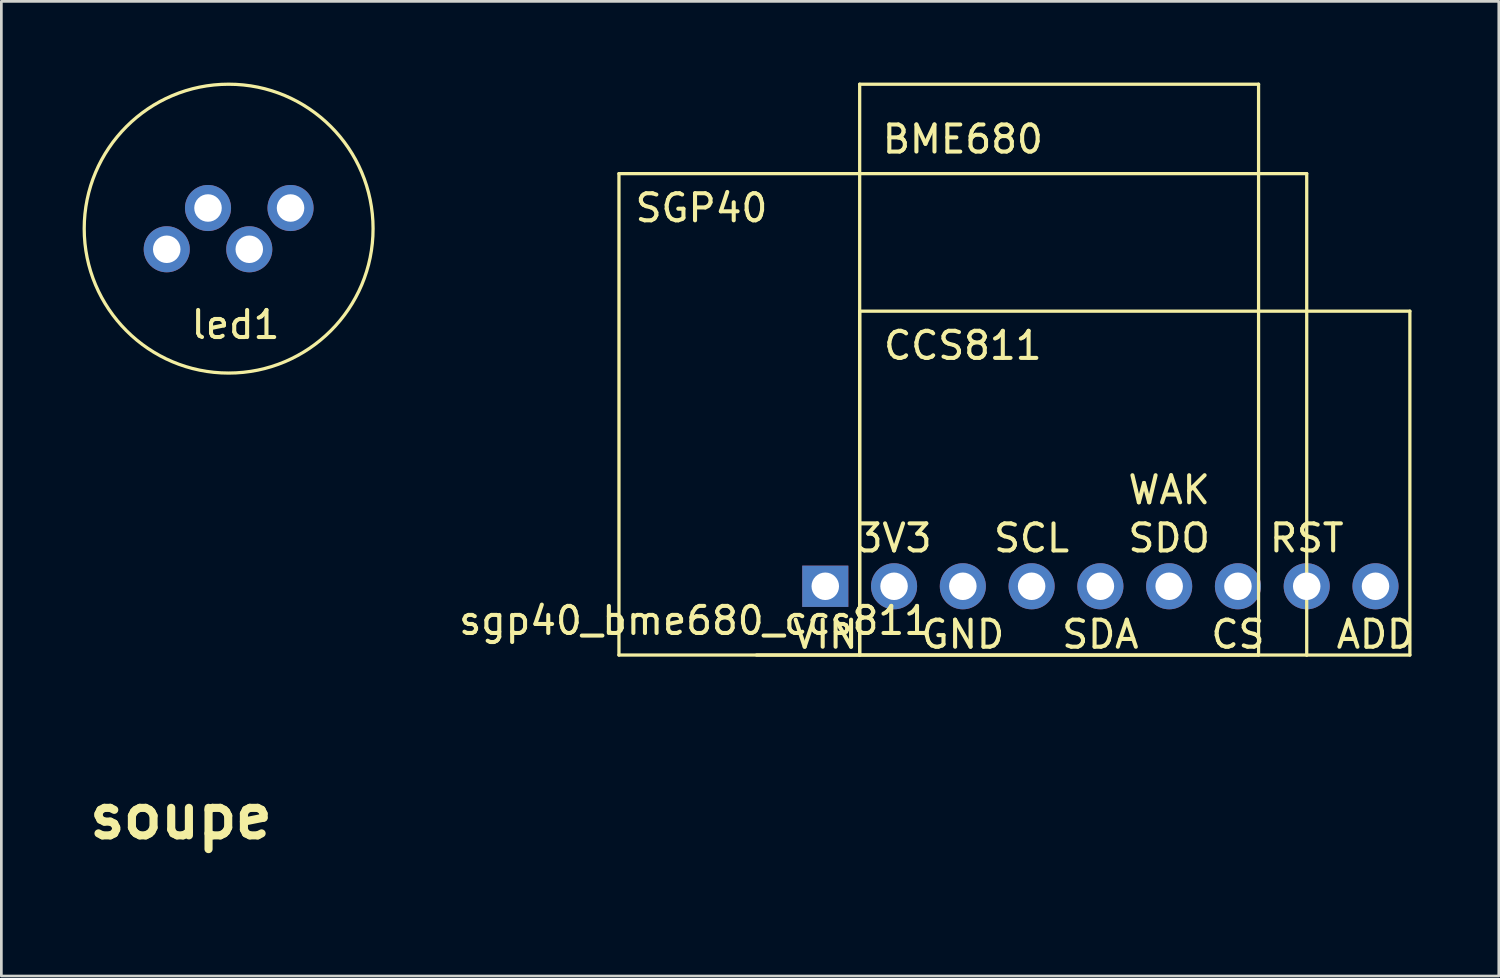
<source format=kicad_pcb>
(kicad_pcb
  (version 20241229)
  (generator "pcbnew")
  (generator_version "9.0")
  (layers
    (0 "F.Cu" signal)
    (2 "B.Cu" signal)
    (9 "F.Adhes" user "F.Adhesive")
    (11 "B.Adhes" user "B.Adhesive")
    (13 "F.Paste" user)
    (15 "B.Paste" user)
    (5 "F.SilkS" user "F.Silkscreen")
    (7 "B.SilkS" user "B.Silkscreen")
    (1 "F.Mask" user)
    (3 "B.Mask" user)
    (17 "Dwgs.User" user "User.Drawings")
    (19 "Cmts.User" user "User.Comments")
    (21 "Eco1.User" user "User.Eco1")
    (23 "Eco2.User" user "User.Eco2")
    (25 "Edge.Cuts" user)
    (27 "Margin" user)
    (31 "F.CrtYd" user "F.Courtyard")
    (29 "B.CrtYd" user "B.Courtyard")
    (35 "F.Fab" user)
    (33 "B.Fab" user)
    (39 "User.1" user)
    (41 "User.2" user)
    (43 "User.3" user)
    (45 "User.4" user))
  (footprint "led1"
    (layer "F.Cu")
    (at 5.394 5.394)
    (property "Reference" "led1" (at 0.254 3.548 0) (layer "F.SilkS") (effects (font (size 1 1) (thickness 0.15))))
    (attr through_hole)
    (fp_circle (center 0 0) (end 5.334 0) (stroke (width 0.12) (type solid)) (fill no) (layer "F.SilkS"))
    (pad "1" thru_hole circle (at 0.762 0.762) (size 1.702 1.702) (drill 1.016) (layers "*.Cu" "*.Mask"))
    (pad "2" thru_hole circle (at 2.286 -0.762) (size 1.702 1.702) (drill 1.016) (layers "*.Cu" "*.Mask"))
    (pad "3" thru_hole circle (at -0.762 -0.762) (size 1.702 1.702) (drill 1.016) (layers "*.Cu" "*.Mask"))
    (pad "4" thru_hole circle (at -2.286 0.762) (size 1.702 1.702) (drill 1.016) (layers "*.Cu" "*.Mask")))
  (footprint "sgp40_bme680_ccs811"
    (layer "F.Cu")
    (at 37.589 18.602)
    (property "Reference" "sgp40_bme680_ccs811" (at -14.986 1.27 0) (layer "F.SilkS") (effects (font (size 1 1) (thickness 0.15))))
    (attr through_hole)
    (fp_line (start -17.78 2.54) (end -17.78 -15.24) (stroke (width 0.12) (type solid)) (layer "F.SilkS"))
    (fp_line (start -8.89 -18.542) (end 5.842 -18.542) (stroke (width 0.12) (type solid)) (layer "F.SilkS"))
    (fp_line (start -8.89 -10.16) (end 11.43 -10.16) (stroke (width 0.12) (type solid)) (layer "F.SilkS"))
    (fp_line (start -8.89 2.54) (end -8.89 -18.542) (stroke (width 0.12) (type solid)) (layer "F.SilkS"))
    (fp_line (start -8.89 2.54) (end -8.89 -10.16) (stroke (width 0.12) (type solid)) (layer "F.SilkS"))
    (fp_line (start 5.842 -18.542) (end 5.842 2.54) (stroke (width 0.12) (type solid)) (layer "F.SilkS"))
    (fp_line (start 5.842 2.54) (end -12.7 2.54) (stroke (width 0.12) (type solid)) (layer "F.SilkS"))
    (fp_line (start 7.62 -15.24) (end -17.78 -15.24) (stroke (width 0.12) (type solid)) (layer "F.SilkS"))
    (fp_line (start 7.62 -15.24) (end 7.62 2.54) (stroke (width 0.12) (type solid)) (layer "F.SilkS"))
    (fp_line (start 7.62 2.54) (end -17.78 2.54) (stroke (width 0.12) (type solid)) (layer "F.SilkS"))
    (fp_line (start 11.43 -10.16) (end 11.43 2.54) (stroke (width 0.12) (type solid)) (layer "F.SilkS"))
    (fp_line (start 11.43 2.54) (end 7.62 2.54) (stroke (width 0.12) (type solid)) (layer "F.SilkS"))
    (fp_text user "GND" (at -5.08 1.778 0) (layer "F.SilkS") (effects (font (size 1 1) (thickness 0.15))))
    (fp_text user "SCL" (at -2.54 -1.778 0) (layer "F.SilkS") (effects (font (size 1 1) (thickness 0.15))))
    (fp_text user "SDO" (at 2.54 -1.778 0) (layer "F.SilkS") (effects (font (size 1 1) (thickness 0.15))))
    (fp_text user "CCS811" (at -5.08 -8.89 0) (layer "F.SilkS") (effects (font (size 1 1) (thickness 0.15))))
    (fp_text user "3V3" (at -7.62 -1.778 0) (layer "F.SilkS") (effects (font (size 1 1) (thickness 0.15))))
    (fp_text user "VIN" (at -10.16 1.778 0) (layer "F.SilkS") (effects (font (size 1 1) (thickness 0.15))))
    (fp_text user "RST" (at 7.62 -1.778 0) (layer "F.SilkS") (effects (font (size 1 1) (thickness 0.15))))
    (fp_text user "SDA" (at 0 1.778 0) (layer "F.SilkS") (effects (font (size 1 1) (thickness 0.15))))
    (fp_text user "ADD" (at 10.16 1.778 0) (layer "F.SilkS") (effects (font (size 1 1) (thickness 0.15))))
    (fp_text user "CS" (at 5.08 1.778 0) (layer "F.SilkS") (effects (font (size 1 1) (thickness 0.15))))
    (fp_text user "WAK" (at 2.54 -3.556 0) (layer "F.SilkS") (effects (font (size 1 1) (thickness 0.15))))
    (fp_text user "SGP40" (at -14.732 -13.97 0) (layer "F.SilkS") (effects (font (size 1 1) (thickness 0.15))))
    (fp_text user "BME680" (at -5.08 -16.51 0) (layer "F.SilkS") (effects (font (size 1 1) (thickness 0.15))))
    (pad "1" thru_hole rect (at -10.16 0) (size 1.702 1.524) (drill 1.016) (layers "*.Cu" "*.Mask"))
    (pad "2" thru_hole circle (at -7.62 0) (size 1.702 1.702) (drill 1.016) (layers "*.Cu" "*.Mask"))
    (pad "3" thru_hole circle (at -5.08 0) (size 1.702 1.702) (drill 1.016) (layers "*.Cu" "*.Mask"))
    (pad "4" thru_hole circle (at -2.54 0) (size 1.702 1.702) (drill 1.016) (layers "*.Cu" "*.Mask"))
    (pad "5" thru_hole circle (at 0 0) (size 1.702 1.702) (drill 1.016) (layers "*.Cu" "*.Mask"))
    (pad "6" thru_hole circle (at 2.54 0) (size 1.702 1.702) (drill 1.016) (layers "*.Cu" "*.Mask"))
    (pad "7" thru_hole circle (at 5.08 0) (size 1.702 1.702) (drill 1.016) (layers "*.Cu" "*.Mask"))
    (pad "8" thru_hole circle (at 7.62 0) (size 1.702 1.702) (drill 1.016) (layers "*.Cu" "*.Mask"))
    (pad "9" thru_hole circle (at 10.16 0) (size 1.702 1.702) (drill 1.016) (layers "*.Cu" "*.Mask")))
  (footprint "soupe"
    (layer "F.Cu")
    (at 3.636 27.112)
    (property "Reference" "soupe" (at 0 0 0) (layer "F.SilkS") (effects (font (size 1.524 1.524) (thickness 0.3))))
    (attr through_hole)
    (fp_poly (pts (xy -0.36 -2.646) (xy 0.381 -2.646) (xy 0.381 -2.879) (xy 0.593 -2.879) (xy 0.593 -2.646) (xy 1.27 -2.646) (xy 1.27 -2.434) (xy 0.593 -2.434) (xy 0.593 -2.223) (xy 0.381 -2.223) (xy 0.381 -2.434) (xy -0.36 -2.434) (xy -0.36 -2.223) (xy -0.593 -2.223) (xy -0.593 -2.434) (xy -1.27 -2.434) (xy -1.27 -2.646) (xy -0.593 -2.646) (xy -0.593 -2.879) (xy -0.36 -2.879) (xy -0.36 -2.646)) (stroke (width 0.01) (type solid)) (fill yes) (layer "F.Mask"))
    (fp_poly (pts (xy -0.677 0.783) (xy -0.381 0.783) (xy -0.381 1.016) (xy -0.677 1.016) (xy -0.677 1.084) (xy -0.67 1.125) (xy -0.644 1.182) (xy -0.599 1.261) (xy -0.531 1.366) (xy -0.507 1.401) (xy -0.336 1.651) (xy -0.402 1.746) (xy -0.441 1.799) (xy -0.471 1.834) (xy -0.483 1.841) (xy -0.499 1.824) (xy -0.528 1.777) (xy -0.566 1.708) (xy -0.587 1.667) (xy -0.675 1.492) (xy -0.677 2.857) (xy -0.91 2.857) (xy -0.911 2.281) (xy -0.912 1.704) (xy -0.961 1.831) (xy -0.997 1.917) (xy -1.037 2.008) (xy -1.079 2.093) (xy -1.117 2.166) (xy -1.146 2.215) (xy -1.16 2.231) (xy -1.184 2.224) (xy -1.225 2.193) (xy -1.248 2.17) (xy -1.318 2.098) (xy -1.222 1.912) (xy -1.101 1.646) (xy -1.006 1.367) (xy -0.974 1.251) (xy -0.949 1.149) (xy -0.935 1.082) (xy -0.938 1.043) (xy -0.959 1.023) (xy -1.003 1.017) (xy -1.072 1.016) (xy -1.079 1.016) (xy -1.228 1.016) (xy -1.228 0.783) (xy -0.91 0.783) (xy -0.91 0.275) (xy -0.677 0.275) (xy -0.677 0.783)) (stroke (width 0.01) (type solid)) (fill yes) (layer "F.Mask"))
    (fp_poly (pts (xy 0.634 -1.353) (xy 0.665 -1.345) (xy 0.676 -1.323) (xy 0.677 -1.291) (xy 0.677 -1.228) (xy 1.234 -1.228) (xy 1.22 -0.926) (xy 1.21 -0.757) (xy 1.197 -0.625) (xy 1.179 -0.525) (xy 1.156 -0.452) (xy 1.126 -0.402) (xy 1.098 -0.375) (xy 1.009 -0.332) (xy 0.889 -0.31) (xy 0.745 -0.31) (xy 0.723 -0.312) (xy 0.647 -0.321) (xy 0.6 -0.337) (xy 0.573 -0.37) (xy 0.553 -0.429) (xy 0.543 -0.47) (xy 0.529 -0.527) (xy 0.738 -0.515) (xy 0.834 -0.509) (xy 0.896 -0.508) (xy 0.934 -0.512) (xy 0.956 -0.524) (xy 0.97 -0.544) (xy 0.975 -0.553) (xy 0.987 -0.595) (xy 0.999 -0.668) (xy 1.008 -0.759) (xy 1.012 -0.82) (xy 1.022 -1.037) (xy 0.642 -1.037) (xy 0.618 -0.932) (xy 0.557 -0.754) (xy 0.46 -0.592) (xy 0.335 -0.454) (xy 0.214 -0.363) (xy 0.112 -0.3) (xy 0.021 -0.379) (xy -0.069 -0.457) (xy 0.022 -0.498) (xy 0.137 -0.568) (xy 0.243 -0.667) (xy 0.332 -0.784) (xy 0.394 -0.907) (xy 0.412 -0.968) (xy 0.427 -1.037) (xy 0.085 -1.037) (xy 0.085 -1.228) (xy 0.466 -1.228) (xy 0.466 -1.291) (xy 0.468 -1.329) (xy 0.482 -1.348) (xy 0.519 -1.354) (xy 0.572 -1.355) (xy 0.634 -1.353)) (stroke (width 0.01) (type solid)) (fill yes) (layer "F.Mask"))
    (fp_poly (pts (xy -0.009 -2.191) (xy -0.023 -2.117) (xy 1.086 -2.117) (xy 1.073 -1.899) (xy 1.065 -1.799) (xy 1.054 -1.708) (xy 1.042 -1.638) (xy 1.035 -1.613) (xy 0.994 -1.545) (xy 0.922 -1.499) (xy 0.818 -1.473) (xy 0.68 -1.466) (xy 0.506 -1.479) (xy 0.492 -1.481) (xy 0.281 -1.507) (xy 0.259 -1.605) (xy 0.246 -1.663) (xy 0.24 -1.7) (xy 0.24 -1.706) (xy 0.261 -1.705) (xy 0.313 -1.7) (xy 0.386 -1.692) (xy 0.392 -1.691) (xy 0.545 -1.677) (xy 0.67 -1.673) (xy 0.761 -1.679) (xy 0.815 -1.696) (xy 0.826 -1.704) (xy 0.844 -1.744) (xy 0.859 -1.806) (xy 0.863 -1.831) (xy 0.873 -1.926) (xy -0.097 -1.926) (xy -0.131 -1.868) (xy -0.22 -1.755) (xy -0.343 -1.65) (xy -0.494 -1.558) (xy -0.667 -1.484) (xy -0.804 -1.442) (xy -0.919 -1.414) (xy -1 -1.396) (xy -1.053 -1.388) (xy -1.087 -1.392) (xy -1.109 -1.408) (xy -1.126 -1.437) (xy -1.142 -1.474) (xy -1.167 -1.531) (xy -1.183 -1.569) (xy -1.185 -1.578) (xy -1.167 -1.584) (xy -1.12 -1.594) (xy -1.095 -1.598) (xy -0.929 -1.631) (xy -0.77 -1.676) (xy -0.625 -1.728) (xy -0.503 -1.785) (xy -0.412 -1.845) (xy -0.383 -1.872) (xy -0.331 -1.926) (xy -1.058 -1.926) (xy -1.058 -2.117) (xy -0.235 -2.117) (xy -0.221 -2.191) (xy -0.21 -2.235) (xy -0.193 -2.256) (xy -0.155 -2.264) (xy -0.101 -2.265) (xy 0.005 -2.265) (xy -0.009 -2.191)) (stroke (width 0.01) (type solid)) (fill yes) (layer "F.Mask"))
    (fp_poly (pts (xy -0.592 -1.353) (xy -0.561 -1.344) (xy -0.551 -1.321) (xy -0.55 -1.291) (xy -0.55 -1.228) (xy -0.042 -1.228) (xy -0.043 -1.064) (xy -0.046 -0.929) (xy -0.054 -0.795) (xy -0.065 -0.668) (xy -0.079 -0.558) (xy -0.095 -0.471) (xy -0.112 -0.417) (xy -0.116 -0.411) (xy -0.155 -0.365) (xy -0.188 -0.34) (xy -0.245 -0.322) (xy -0.331 -0.311) (xy -0.435 -0.307) (xy -0.542 -0.311) (xy -0.606 -0.318) (xy -0.642 -0.332) (xy -0.661 -0.361) (xy -0.674 -0.4) (xy -0.691 -0.46) (xy -0.694 -0.498) (xy -0.677 -0.517) (xy -0.633 -0.522) (xy -0.556 -0.519) (xy -0.513 -0.516) (xy -0.419 -0.51) (xy -0.352 -0.513) (xy -0.309 -0.531) (xy -0.283 -0.57) (xy -0.269 -0.636) (xy -0.261 -0.735) (xy -0.258 -0.806) (xy -0.249 -1.037) (xy -0.589 -1.037) (xy -0.603 -0.955) (xy -0.631 -0.854) (xy -0.682 -0.739) (xy -0.747 -0.626) (xy -0.817 -0.531) (xy -0.88 -0.467) (xy -0.953 -0.407) (xy -1.026 -0.357) (xy -1.088 -0.326) (xy -1.121 -0.318) (xy -1.155 -0.33) (xy -1.198 -0.359) (xy -1.24 -0.396) (xy -1.27 -0.43) (xy -1.28 -0.455) (xy -1.275 -0.459) (xy -1.219 -0.488) (xy -1.145 -0.537) (xy -1.067 -0.596) (xy -0.997 -0.654) (xy -0.948 -0.703) (xy -0.943 -0.709) (xy -0.896 -0.78) (xy -0.853 -0.861) (xy -0.82 -0.936) (xy -0.805 -0.994) (xy -0.805 -1) (xy -0.809 -1.017) (xy -0.828 -1.028) (xy -0.868 -1.034) (xy -0.938 -1.037) (xy -1.005 -1.037) (xy -1.206 -1.037) (xy -1.206 -1.228) (xy -0.782 -1.228) (xy -0.769 -1.291) (xy -0.759 -1.329) (xy -0.738 -1.348) (xy -0.695 -1.354) (xy -0.654 -1.355) (xy -0.592 -1.353)) (stroke (width 0.01) (type solid)) (fill yes) (layer "F.Mask"))
    (fp_poly (pts (xy 0.593 0.699) (xy 1.249 0.699) (xy 1.249 0.91) (xy 0.593 0.91) (xy 0.593 1.355) (xy 1.122 1.355) (xy 1.122 1.466) (xy 1.106 1.568) (xy 1.063 1.692) (xy 0.994 1.832) (xy 0.904 1.982) (xy 0.795 2.136) (xy 0.746 2.198) (xy 0.672 2.289) (xy 0.72 2.325) (xy 0.84 2.405) (xy 0.979 2.486) (xy 1.116 2.555) (xy 1.159 2.573) (xy 1.229 2.603) (xy 1.282 2.625) (xy 1.308 2.637) (xy 1.308 2.637) (xy 1.302 2.656) (xy 1.28 2.702) (xy 1.249 2.759) (xy 1.182 2.877) (xy 1.062 2.824) (xy 0.936 2.763) (xy 0.807 2.69) (xy 0.687 2.613) (xy 0.592 2.542) (xy 0.583 2.534) (xy 0.499 2.461) (xy 0.363 2.565) (xy 0.143 2.709) (xy -0.11 2.829) (xy -0.127 2.836) (xy -0.233 2.878) (xy -0.287 2.77) (xy -0.315 2.711) (xy -0.332 2.669) (xy -0.335 2.656) (xy -0.313 2.646) (xy -0.263 2.624) (xy -0.195 2.596) (xy -0.194 2.596) (xy -0.078 2.544) (xy 0.041 2.483) (xy 0.152 2.42) (xy 0.24 2.361) (xy 0.262 2.344) (xy 0.324 2.294) (xy 0.224 2.158) (xy 0.172 2.08) (xy 0.112 1.979) (xy 0.052 1.869) (xy 0.014 1.795) (xy -0.035 1.695) (xy -0.072 1.629) (xy -0.1 1.59) (xy -0.102 1.588) (xy 0.169 1.588) (xy 0.18 1.627) (xy 0.209 1.689) (xy 0.251 1.767) (xy 0.301 1.853) (xy 0.354 1.938) (xy 0.406 2.015) (xy 0.451 2.075) (xy 0.484 2.111) (xy 0.495 2.117) (xy 0.511 2.101) (xy 0.544 2.06) (xy 0.586 2.006) (xy 0.63 1.944) (xy 0.681 1.868) (xy 0.733 1.786) (xy 0.781 1.707) (xy 0.819 1.641) (xy 0.842 1.595) (xy 0.847 1.581) (xy 0.827 1.576) (xy 0.771 1.572) (xy 0.688 1.569) (xy 0.584 1.567) (xy 0.508 1.566) (xy 0.368 1.568) (xy 0.264 1.572) (xy 0.197 1.578) (xy 0.17 1.587) (xy 0.169 1.588) (xy -0.102 1.588) (xy -0.124 1.571) (xy -0.143 1.567) (xy -0.171 1.562) (xy -0.185 1.542) (xy -0.19 1.495) (xy -0.191 1.46) (xy -0.191 1.355) (xy 0.381 1.355) (xy 0.381 0.91) (xy -0.275 0.91) (xy -0.275 0.699) (xy 0.381 0.699) (xy 0.381 0.275) (xy 0.593 0.275) (xy 0.593 0.699)) (stroke (width 0.01) (type solid)) (fill yes) (layer "F.Mask")))
  (gr_rect
    (start -3 -3)
    (end 52.303 32.995)
    (stroke (width 0.1) (type default))
    (fill no)
    (layer "Edge.Cuts")))
</source>
